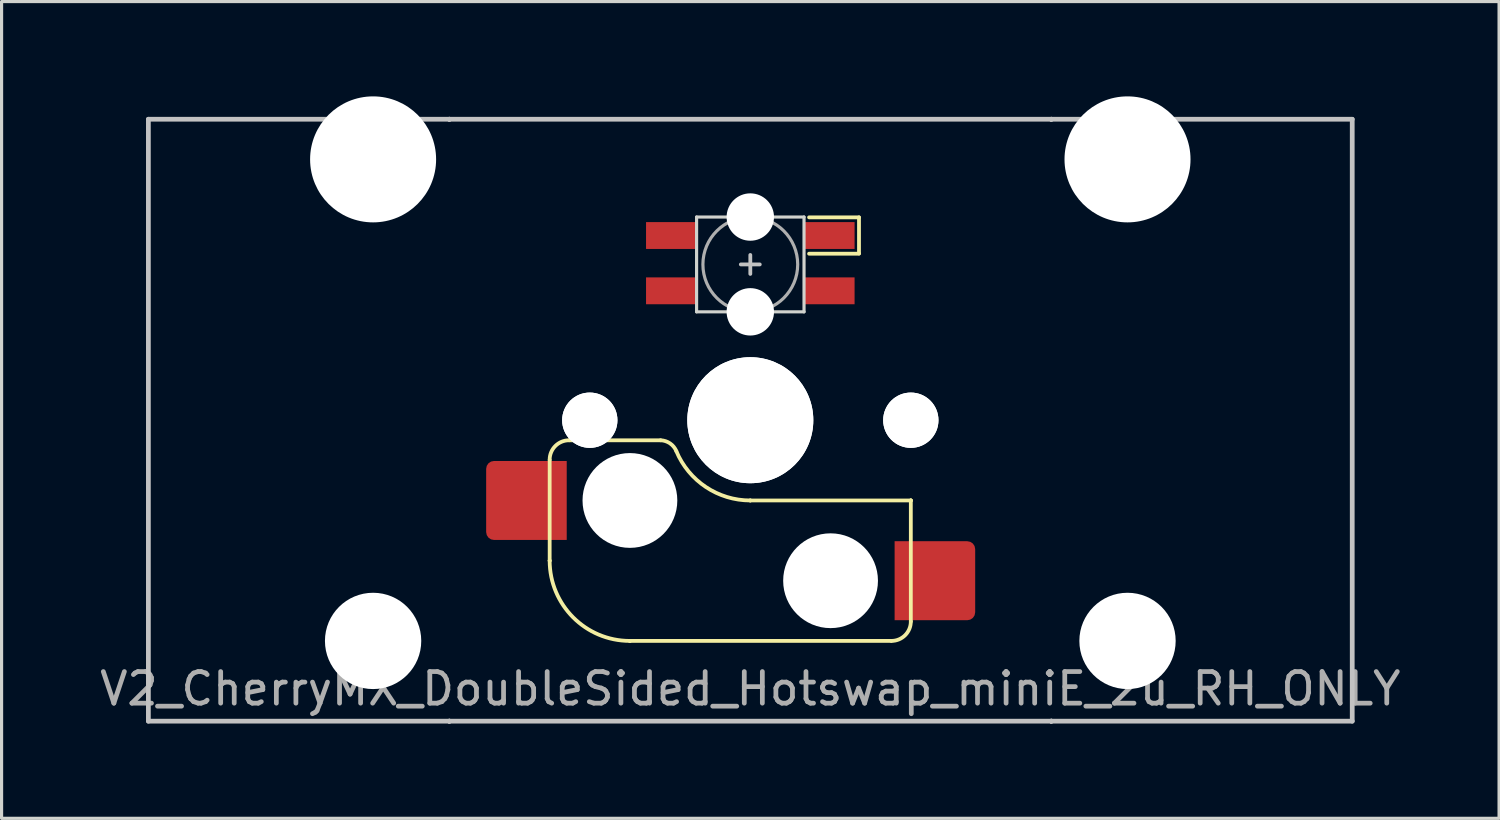
<source format=kicad_pcb>
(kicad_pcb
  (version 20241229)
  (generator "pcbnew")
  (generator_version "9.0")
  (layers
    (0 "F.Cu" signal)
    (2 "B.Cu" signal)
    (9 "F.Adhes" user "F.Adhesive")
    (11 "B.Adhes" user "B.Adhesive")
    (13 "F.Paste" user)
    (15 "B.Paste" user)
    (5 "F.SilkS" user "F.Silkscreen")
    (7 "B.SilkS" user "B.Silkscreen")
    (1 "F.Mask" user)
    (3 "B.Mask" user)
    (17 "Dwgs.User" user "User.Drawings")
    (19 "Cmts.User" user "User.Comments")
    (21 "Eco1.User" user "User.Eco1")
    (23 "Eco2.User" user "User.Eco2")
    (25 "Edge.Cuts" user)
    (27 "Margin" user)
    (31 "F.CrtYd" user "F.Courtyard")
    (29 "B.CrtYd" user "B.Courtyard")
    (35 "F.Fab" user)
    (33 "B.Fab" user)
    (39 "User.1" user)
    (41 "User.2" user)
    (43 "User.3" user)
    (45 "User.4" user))
  (footprint "V2_CherryMX_DoubleSided_Hotswap_miniE_2u_RH_ONLY"
    (layer "F.Cu")
    (at 20.696 10.249)
    (property "Reference" "V2_CherryMX_DoubleSided_Hotswap_miniE_2u_RH_ONLY" (at 0 8.5 0) (layer "F.Fab") (effects (font (size 1 1) (thickness 0.15))))
    (attr through_hole)
    (fp_poly (pts (xy -3.25 -6.22) (xy -1.75 -6.22) (xy -1.75 -5.47) (xy -3.25 -5.47)) (stroke (width 0.1) (type solid)) (fill yes) (layer "F.Mask"))
    (fp_poly (pts (xy -3.25 -4.47) (xy -1.75 -4.47) (xy -1.75 -3.72) (xy -3.25 -3.72)) (stroke (width 0.1) (type solid)) (fill yes) (layer "F.Mask"))
    (fp_poly (pts (xy 1.75 -4.47) (xy 3.25 -4.47) (xy 3.25 -3.72) (xy 1.75 -3.72)) (stroke (width 0.1) (type solid)) (fill yes) (layer "F.Mask"))
    (fp_poly (pts (xy 1.75 -6.22) (xy 2.85 -6.22) (xy 3.25 -5.82) (xy 3.25 -5.47) (xy 1.75 -5.47)) (stroke (width 0.1) (type solid)) (fill yes) (layer "F.Mask"))
    (fp_line (start -6.35 4.445) (end -6.35 1.26) (stroke (width 0.12) (type solid)) (layer "F.SilkS"))
    (fp_line (start -6.35 4.445) (end -6.35 4.445) (stroke (width 0.12) (type solid)) (layer "F.SilkS"))
    (fp_line (start -5.73 0.635) (end -2.84 0.635) (stroke (width 0.12) (type solid)) (layer "F.SilkS"))
    (fp_line (start -3.81 6.985) (end -3.81 6.985) (stroke (width 0.12) (type solid)) (layer "F.SilkS"))
    (fp_line (start -3.81 6.985) (end 4.46 6.985) (stroke (width 0.12) (type solid)) (layer "F.SilkS"))
    (fp_line (start 0 2.54) (end 0 2.54) (stroke (width 0.12) (type solid)) (layer "F.SilkS"))
    (fp_line (start 0 2.54) (end 5.08 2.54) (stroke (width 0.12) (type solid)) (layer "F.SilkS"))
    (fp_line (start 3.44 -6.42) (end 1.86 -6.42) (stroke (width 0.12) (type solid)) (layer "F.SilkS"))
    (fp_line (start 3.44 -5.278) (end 3.44 -6.42) (stroke (width 0.12) (type solid)) (layer "F.SilkS"))
    (fp_line (start 3.44 -5.27) (end 1.86 -5.27) (stroke (width 0.12) (type solid)) (layer "F.SilkS"))
    (fp_line (start 5.08 2.54) (end 5.08 2.54) (stroke (width 0.12) (type solid)) (layer "F.SilkS"))
    (fp_line (start 5.08 2.54) (end 5.08 2.54) (stroke (width 0.12) (type solid)) (layer "F.SilkS"))
    (fp_line (start 5.08 6.37) (end 5.08 2.54) (stroke (width 0.12) (type solid)) (layer "F.SilkS"))
    (fp_arc (start -6.35 1.25) (mid -6.169871 0.815129) (end -5.735 0.635) (stroke (width 0.12) (type default)) (layer "F.SilkS"))
    (fp_arc (start -3.81 6.985) (mid -5.606051 6.241051) (end -6.35 4.445) (stroke (width 0.12) (type solid)) (layer "F.SilkS"))
    (fp_arc (start -2.840072 0.635) (mid -2.539136 0.734324) (end -2.34 0.980845) (stroke (width 0.12) (type default)) (layer "F.SilkS"))
    (fp_arc (start 0 2.54) (mid -1.405313 2.115202) (end -2.34 0.983072) (stroke (width 0.12) (type solid)) (layer "F.SilkS"))
    (fp_arc (start 5.080129 6.37) (mid 4.9 6.80487) (end 4.465129 6.985) (stroke (width 0.12) (type default)) (layer "F.SilkS"))
    (fp_line (start -19.05 -9.525) (end 19.05 -9.525) (stroke (width 0.15) (type solid)) (layer "Dwgs.User"))
    (fp_line (start -19.05 9.525) (end -19.05 -9.525) (stroke (width 0.15) (type solid)) (layer "Dwgs.User"))
    (fp_line (start -9.525 -9.525) (end -9.525 -9.525) (stroke (width 0.15) (type solid)) (layer "Dwgs.User"))
    (fp_line (start -9.525 -9.525) (end -9.525 -9.525) (stroke (width 0.15) (type solid)) (layer "Dwgs.User"))
    (fp_line (start -9.525 -9.525) (end -9.525 -9.525) (stroke (width 0.15) (type solid)) (layer "Dwgs.User"))
    (fp_line (start -9.525 -9.525) (end -9.525 -9.525) (stroke (width 0.15) (type solid)) (layer "Dwgs.User"))
    (fp_line (start -9.525 9.525) (end -9.525 9.525) (stroke (width 0.15) (type solid)) (layer "Dwgs.User"))
    (fp_line (start -9.525 9.525) (end -9.525 9.525) (stroke (width 0.15) (type solid)) (layer "Dwgs.User"))
    (fp_line (start -9.525 9.525) (end -9.525 9.525) (stroke (width 0.15) (type solid)) (layer "Dwgs.User"))
    (fp_line (start -9.525 9.525) (end -9.525 9.525) (stroke (width 0.15) (type solid)) (layer "Dwgs.User"))
    (fp_line (start -0.3 -4.93) (end 0.3 -4.93) (stroke (width 0.12) (type solid)) (layer "Dwgs.User"))
    (fp_line (start 0 -4.63) (end 0 -5.23) (stroke (width 0.12) (type solid)) (layer "Dwgs.User"))
    (fp_line (start 9.525 -9.525) (end 9.525 -9.525) (stroke (width 0.15) (type solid)) (layer "Dwgs.User"))
    (fp_line (start 9.525 -9.525) (end 9.525 -9.525) (stroke (width 0.15) (type solid)) (layer "Dwgs.User"))
    (fp_line (start 9.525 -9.525) (end 9.525 -9.525) (stroke (width 0.15) (type solid)) (layer "Dwgs.User"))
    (fp_line (start 9.525 -9.525) (end 9.525 -9.525) (stroke (width 0.15) (type solid)) (layer "Dwgs.User"))
    (fp_line (start 9.525 9.525) (end 9.525 9.525) (stroke (width 0.15) (type solid)) (layer "Dwgs.User"))
    (fp_line (start 9.525 9.525) (end 9.525 9.525) (stroke (width 0.15) (type solid)) (layer "Dwgs.User"))
    (fp_line (start 9.525 9.525) (end 9.525 9.525) (stroke (width 0.15) (type solid)) (layer "Dwgs.User"))
    (fp_line (start 9.525 9.525) (end 9.525 9.525) (stroke (width 0.15) (type solid)) (layer "Dwgs.User"))
    (fp_line (start 19.05 -9.525) (end 19.05 9.525) (stroke (width 0.15) (type solid)) (layer "Dwgs.User"))
    (fp_line (start 19.05 9.525) (end -19.05 9.525) (stroke (width 0.15) (type solid)) (layer "Dwgs.User"))
    (fp_line (start -1.7 -6.43) (end -1.7 -3.43) (stroke (width 0.1) (type solid)) (layer "Edge.Cuts"))
    (fp_line (start 1.7 -6.43) (end -1.7 -6.43) (stroke (width 0.1) (type solid)) (layer "Edge.Cuts"))
    (fp_line (start 1.7 -3.43) (end -1.7 -3.43) (stroke (width 0.1) (type solid)) (layer "Edge.Cuts"))
    (fp_line (start 1.7 -3.43) (end 1.7 -6.43) (stroke (width 0.1) (type solid)) (layer "Edge.Cuts"))
    (fp_circle (center 0 -4.93) (end 0 -6.43) (stroke (width 0.1) (type solid)) (fill no) (layer "F.Fab"))
    (fp_line (start -9.525 9.525) (end -9.525 -9.525) (stroke (width 0.15) (type solid)) (layer "User.2"))
    (fp_line (start 9.525 -9.525) (end -9.525 -9.525) (stroke (width 0.15) (type solid)) (layer "User.2"))
    (fp_line (start 9.525 9.525) (end -9.525 9.525) (stroke (width 0.15) (type solid)) (layer "User.2"))
    (fp_line (start 9.525 9.525) (end 9.525 -9.525) (stroke (width 0.15) (type solid)) (layer "User.2"))
    (pad "" np_thru_hole circle (at -11.938 -8.255) (size 3.988 3.988) (drill 3.988) (layers "*.Cu" "*.Mask"))
    (pad "" np_thru_hole circle (at -11.938 6.985) (size 3.048 3.048) (drill 3.048) (layers "*.Cu" "*.Mask"))
    (pad "" np_thru_hole circle (at -5.08 0 180) (size 1.75 1.75) (drill 1.75) (layers "*.Cu" "*.Mask"))
    (pad "" np_thru_hole circle (at -5.08 0 180) (size 1.75 1.75) (drill 1.75) (layers "*.Cu" "*.Mask"))
    (pad "" np_thru_hole circle (at -3.81 2.54 180) (size 3 3) (drill 3) (layers "*.Cu" "*.Mask"))
    (pad "" np_thru_hole circle (at 0 -6.43 180) (size 1.5 1.5) (drill 1.5) (layers "*.Cu" "*.Mask"))
    (pad "" np_thru_hole circle (at 0 -3.43 180) (size 1.5 1.5) (drill 1.5) (layers "*.Cu" "*.Mask"))
    (pad "" np_thru_hole circle (at 0 0 180) (size 3.988 3.988) (drill 3.988) (layers "*.Cu" "*.Mask"))
    (pad "" np_thru_hole circle (at 0 0 180) (size 3.988 3.988) (drill 3.988) (layers "*.Cu" "*.Mask"))
    (pad "" np_thru_hole circle (at 2.54 5.08 180) (size 3 3) (drill 3) (layers "*.Cu" "*.Mask"))
    (pad "" np_thru_hole circle (at 5.08 0 180) (size 1.75 1.75) (drill 1.75) (layers "*.Cu" "*.Mask"))
    (pad "" np_thru_hole circle (at 5.08 0 180) (size 1.75 1.75) (drill 1.75) (layers "*.Cu" "*.Mask"))
    (pad "" np_thru_hole circle (at 11.938 -8.255) (size 3.988 3.988) (drill 3.988) (layers "*.Cu" "*.Mask"))
    (pad "" np_thru_hole circle (at 11.938 6.985) (size 3.048 3.048) (drill 3.048) (layers "*.Cu" "*.Mask"))
    (pad "1" smd rect (at -2.5 -4.095) (size 1.6 0.85) (layers "F.Cu"))
    (pad "2" smd rect (at -2.5 -5.845 180) (size 1.6 0.85) (layers "F.Cu"))
    (pad "3" smd rect (at 2.5 -5.845 180) (size 1.6 0.85) (layers "F.Cu"))
    (pad "4" smd rect (at 2.5 -4.095) (size 1.6 0.85) (layers "F.Cu"))
    (pad "5" smd roundrect (at 5.842 5.08 180) (size 2.55 2.5) (layers "F.Cu" "F.Mask" "F.Paste") (roundrect_rratio 0.1) (chamfer_ratio 0) (chamfer top_right bottom_right))
    (pad "6" smd roundrect (at -7.085 2.54 180) (size 2.55 2.5) (layers "F.Cu" "F.Mask" "F.Paste") (roundrect_rratio 0.1) (chamfer_ratio 0) (chamfer top_left bottom_left)))
  (gr_rect
    (start -3 -3)
    (end 44.393 22.849)
    (stroke (width 0.1) (type default))
    (fill no)
    (layer "Edge.Cuts")))
</source>
